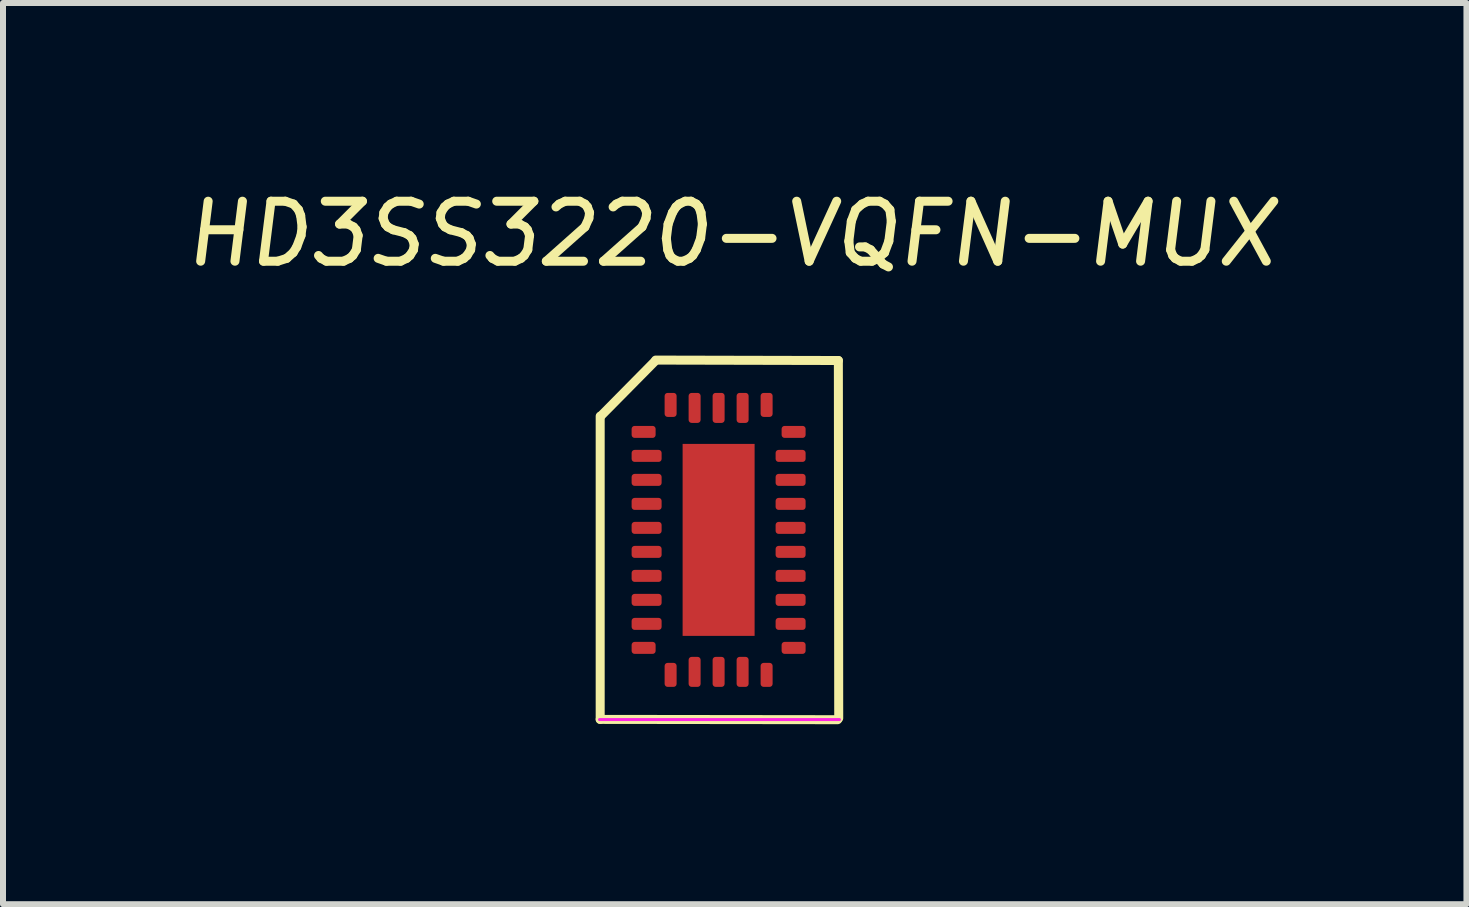
<source format=kicad_pcb>
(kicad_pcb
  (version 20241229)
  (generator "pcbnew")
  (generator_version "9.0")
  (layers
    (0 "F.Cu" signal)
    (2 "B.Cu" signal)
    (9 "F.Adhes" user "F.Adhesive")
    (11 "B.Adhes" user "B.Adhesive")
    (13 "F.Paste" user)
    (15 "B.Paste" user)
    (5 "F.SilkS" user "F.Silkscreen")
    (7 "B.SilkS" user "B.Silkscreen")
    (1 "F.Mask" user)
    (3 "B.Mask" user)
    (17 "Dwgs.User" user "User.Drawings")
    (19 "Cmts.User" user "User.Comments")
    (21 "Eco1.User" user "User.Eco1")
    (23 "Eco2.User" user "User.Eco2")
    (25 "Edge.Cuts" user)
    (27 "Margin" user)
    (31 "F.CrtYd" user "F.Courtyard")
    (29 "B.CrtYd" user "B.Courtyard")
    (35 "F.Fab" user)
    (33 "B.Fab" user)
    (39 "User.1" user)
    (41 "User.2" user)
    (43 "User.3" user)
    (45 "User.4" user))
  (footprint "HD3SS3220-VQFN-MUX"
    (layer "F.Cu")
    (at 8.928 5.949)
    (property "Reference" "HD3SS3220-VQFN-MUX" (at 0.206 -5.1 0) (layer "F.SilkS") (effects (font (size 1 1) (thickness 0.15) (italic yes))))
    (attr through_hole)
    (fp_line (start -1.974 2.992) (end -1.974 -2.062) (stroke (width 0.15) (type solid)) (layer "F.SilkS"))
    (fp_line (start -1.963 -2.065) (end -1.067 -2.972) (stroke (width 0.15) (type solid)) (layer "F.SilkS"))
    (fp_line (start -1.049 -2.997) (end 1.996 -2.99) (stroke (width 0.15) (type solid)) (layer "F.SilkS"))
    (fp_line (start 1.984 2.997) (end -1.974 2.992) (stroke (width 0.15) (type solid)) (layer "F.SilkS"))
    (fp_line (start 1.996 -2.99) (end 2.002 2.972) (stroke (width 0.15) (type solid)) (layer "F.SilkS"))
    (fp_line (start -1.985 2.995) (end 2.015 2.995) (stroke (width 0.05) (type solid)) (layer "F.CrtYd"))
    (pad "1" smd roundrect (at -1.25 -1.8) (size 0.4 0.2) (layers "F.Cu" "F.Mask" "F.Paste") (roundrect_rratio 0.25))
    (pad "2" smd roundrect (at -1.2 -1.4) (size 0.5 0.2) (layers "F.Cu" "F.Mask" "F.Paste") (roundrect_rratio 0.25))
    (pad "3" smd roundrect (at -1.2 -1) (size 0.5 0.2) (layers "F.Cu" "F.Mask" "F.Paste") (roundrect_rratio 0.25))
    (pad "4" smd roundrect (at -1.2 -0.6) (size 0.5 0.2) (layers "F.Cu" "F.Mask" "F.Paste") (roundrect_rratio 0.25))
    (pad "5" smd roundrect (at -1.2 -0.2) (size 0.5 0.2) (layers "F.Cu" "F.Mask" "F.Paste") (roundrect_rratio 0.25))
    (pad "6" smd roundrect (at -1.2 0.2) (size 0.5 0.2) (layers "F.Cu" "F.Mask" "F.Paste") (roundrect_rratio 0.25))
    (pad "7" smd roundrect (at -1.2 0.6) (size 0.5 0.2) (layers "F.Cu" "F.Mask" "F.Paste") (roundrect_rratio 0.25))
    (pad "8" smd roundrect (at -1.2 1) (size 0.5 0.2) (layers "F.Cu" "F.Mask" "F.Paste") (roundrect_rratio 0.25))
    (pad "9" smd roundrect (at -1.2 1.4) (size 0.5 0.2) (layers "F.Cu" "F.Mask" "F.Paste") (roundrect_rratio 0.25))
    (pad "10" smd roundrect (at -1.25 1.8) (size 0.4 0.2) (layers "F.Cu" "F.Mask" "F.Paste") (roundrect_rratio 0.25))
    (pad "11" smd roundrect (at -0.8 2.25 270) (size 0.4 0.2) (layers "F.Cu" "F.Mask" "F.Paste") (roundrect_rratio 0.25))
    (pad "12" smd roundrect (at -0.4 2.2 270) (size 0.5 0.2) (layers "F.Cu" "F.Mask" "F.Paste") (roundrect_rratio 0.25))
    (pad "13" smd roundrect (at 0 2.2 270) (size 0.5 0.2) (layers "F.Cu" "F.Mask" "F.Paste") (roundrect_rratio 0.25))
    (pad "14" smd roundrect (at 0.4 2.2 270) (size 0.5 0.2) (layers "F.Cu" "F.Mask" "F.Paste") (roundrect_rratio 0.25))
    (pad "15" smd roundrect (at 0.8 2.25 270) (size 0.4 0.2) (layers "F.Cu" "F.Mask" "F.Paste") (roundrect_rratio 0.25))
    (pad "16" smd roundrect (at 1.25 1.8) (size 0.4 0.2) (layers "F.Cu" "F.Mask" "F.Paste") (roundrect_rratio 0.25))
    (pad "17" smd roundrect (at 1.2 1.4) (size 0.5 0.2) (layers "F.Cu" "F.Mask" "F.Paste") (roundrect_rratio 0.25))
    (pad "18" smd roundrect (at 1.2 1) (size 0.5 0.2) (layers "F.Cu" "F.Mask" "F.Paste") (roundrect_rratio 0.25))
    (pad "19" smd roundrect (at 1.2 0.6) (size 0.5 0.2) (layers "F.Cu" "F.Mask" "F.Paste") (roundrect_rratio 0.25))
    (pad "20" smd roundrect (at 1.2 0.2) (size 0.5 0.2) (layers "F.Cu" "F.Mask" "F.Paste") (roundrect_rratio 0.25))
    (pad "21" smd roundrect (at 1.2 -0.2) (size 0.5 0.2) (layers "F.Cu" "F.Mask" "F.Paste") (roundrect_rratio 0.25))
    (pad "22" smd roundrect (at 1.2 -0.6) (size 0.5 0.2) (layers "F.Cu" "F.Mask" "F.Paste") (roundrect_rratio 0.25))
    (pad "23" smd roundrect (at 1.2 -1) (size 0.5 0.2) (layers "F.Cu" "F.Mask" "F.Paste") (roundrect_rratio 0.25))
    (pad "24" smd roundrect (at 1.2 -1.4) (size 0.5 0.2) (layers "F.Cu" "F.Mask" "F.Paste") (roundrect_rratio 0.25))
    (pad "25" smd roundrect (at 1.25 -1.8) (size 0.4 0.2) (layers "F.Cu" "F.Mask" "F.Paste") (roundrect_rratio 0.25))
    (pad "26" smd roundrect (at 0.8 -2.25 270) (size 0.4 0.2) (layers "F.Cu" "F.Mask" "F.Paste") (roundrect_rratio 0.25))
    (pad "27" smd roundrect (at 0.4 -2.2 270) (size 0.5 0.2) (layers "F.Cu" "F.Mask" "F.Paste") (roundrect_rratio 0.25))
    (pad "28" smd roundrect (at 0 -2.2 270) (size 0.5 0.2) (layers "F.Cu" "F.Mask" "F.Paste") (roundrect_rratio 0.25))
    (pad "29" smd roundrect (at -0.4 -2.2 270) (size 0.5 0.2) (layers "F.Cu" "F.Mask" "F.Paste") (roundrect_rratio 0.25))
    (pad "30" smd roundrect (at -0.8 -2.25 270) (size 0.4 0.2) (layers "F.Cu" "F.Mask" "F.Paste") (roundrect_rratio 0.25))
    (pad "31" smd rect (at 0 0 270) (size 3.2 1.2) (layers "F.Cu" "F.Mask")))
  (gr_rect
    (start -3 -3)
    (end 21.393 12.021)
    (stroke (width 0.1) (type default))
    (fill no)
    (layer "Edge.Cuts")))
</source>
